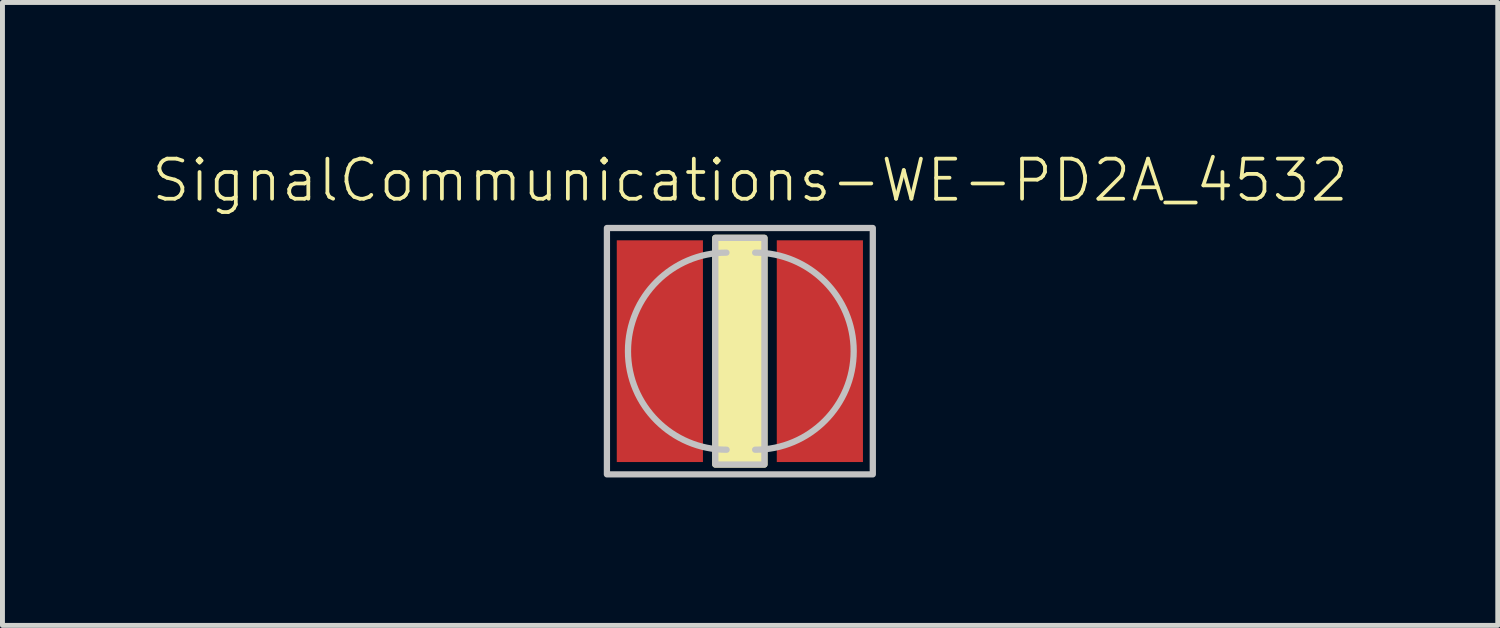
<source format=kicad_pcb>
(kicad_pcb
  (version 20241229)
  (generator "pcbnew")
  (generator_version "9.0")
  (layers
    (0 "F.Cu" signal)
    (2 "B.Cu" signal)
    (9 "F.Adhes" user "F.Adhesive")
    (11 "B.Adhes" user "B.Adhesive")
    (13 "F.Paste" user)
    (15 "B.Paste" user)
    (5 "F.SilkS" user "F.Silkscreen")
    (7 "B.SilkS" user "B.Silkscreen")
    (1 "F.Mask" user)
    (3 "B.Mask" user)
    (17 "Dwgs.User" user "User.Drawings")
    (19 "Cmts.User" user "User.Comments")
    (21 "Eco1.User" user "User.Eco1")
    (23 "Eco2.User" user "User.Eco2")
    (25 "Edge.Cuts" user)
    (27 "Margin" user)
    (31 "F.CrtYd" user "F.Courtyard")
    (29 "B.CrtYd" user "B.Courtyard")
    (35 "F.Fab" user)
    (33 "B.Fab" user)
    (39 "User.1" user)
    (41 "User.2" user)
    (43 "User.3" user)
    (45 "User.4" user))
  (footprint "SignalCommunications-WE-PD2A_4532"
    (layer "F.Cu")
    (at 11.959 4.074)
    (property "Reference" "SignalCommunications-WE-PD2A_4532" (at 0.208 -3.465 0) (layer "F.SilkS") (effects (font (size 0.813 0.813) (thickness 0.076))))
    (attr smd)
    (fp_line (start 0.269 -1.999) (end -0.269 -1.999) (stroke (width 0.127) (type solid)) (layer "F.SilkS"))
    (fp_line (start 0.269 1.999) (end -0.269 1.999) (stroke (width 0.127) (type solid)) (layer "F.SilkS"))
    (fp_poly (pts (xy -0.498 2.299) (xy -0.498 -2.299) (xy 0.498 -2.299) (xy 0.498 2.299) (xy -0.498 2.299)) (stroke (width 0.127) (type solid)) (fill yes) (layer "F.SilkS"))
    (fp_arc (start -0.26924 1.99898) (mid -2.273306 0.001591) (end -0.272422 -1.998986) (stroke (width 0.127) (type solid)) (layer "Dwgs.User"))
    (fp_arc (start 0.30988 -1.99898) (mid 2.30886 0) (end 0.30988 1.99898) (stroke (width 0.127) (type solid)) (layer "Dwgs.User"))
    (fp_poly (pts (xy -2.697 2.499) (xy -2.697 -2.499) (xy 2.697 -2.499) (xy 2.697 2.499) (xy -2.697 2.499)) (stroke (width 0.127) (type solid)) (fill no) (layer "Dwgs.User"))
    (fp_poly (pts (xy -0.498 2.299) (xy -0.498 -2.299) (xy 0.498 -2.299) (xy 0.498 2.299) (xy -0.498 2.299)) (stroke (width 0.127) (type solid)) (fill no) (layer "Dwgs.User"))
    (pad "1" smd rect (at -1.623 0 90) (size 4.498 1.748) (layers "F.Cu" "F.Mask" "F.Paste"))
    (pad "2" smd rect (at 1.623 0 90) (size 4.498 1.748) (layers "F.Cu" "F.Mask" "F.Paste")))
  (gr_rect
    (start -3 -3)
    (end 27.334 9.637)
    (stroke (width 0.1) (type default))
    (fill no)
    (layer "Edge.Cuts")))
</source>
